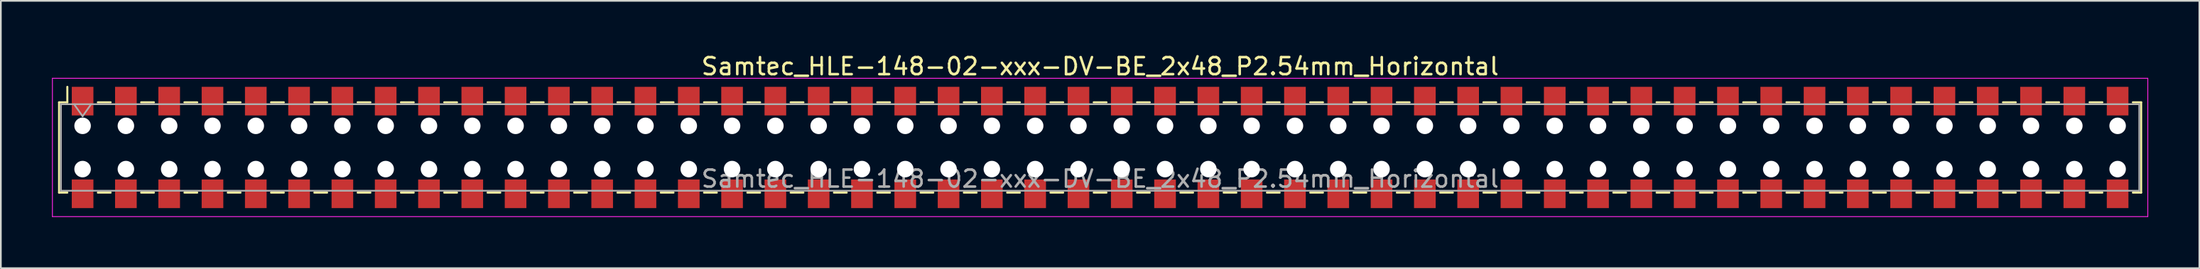
<source format=kicad_pcb>
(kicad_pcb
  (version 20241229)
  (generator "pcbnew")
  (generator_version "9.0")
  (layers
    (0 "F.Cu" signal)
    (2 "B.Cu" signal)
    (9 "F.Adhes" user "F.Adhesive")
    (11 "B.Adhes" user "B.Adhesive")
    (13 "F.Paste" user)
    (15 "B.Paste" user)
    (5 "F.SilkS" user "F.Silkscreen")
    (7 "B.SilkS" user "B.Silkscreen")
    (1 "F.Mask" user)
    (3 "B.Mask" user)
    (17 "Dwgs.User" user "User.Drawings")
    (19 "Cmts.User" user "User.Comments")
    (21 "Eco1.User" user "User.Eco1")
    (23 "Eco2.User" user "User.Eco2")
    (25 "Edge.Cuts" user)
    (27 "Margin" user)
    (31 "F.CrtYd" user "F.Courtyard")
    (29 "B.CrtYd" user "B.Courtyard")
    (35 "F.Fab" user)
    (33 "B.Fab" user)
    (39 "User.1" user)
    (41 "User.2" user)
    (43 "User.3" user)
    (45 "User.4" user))
  (footprint "Samtec_HLE-148-02-xxx-DV-BE_2x48_P2.54mm_Horizontal"
    (layer "F.Cu")
    (at 61.485 5.608)
    (property "Reference" "Samtec_HLE-148-02-xxx-DV-BE_2x48_P2.54mm_Horizontal" (at 0 -4.76 0) (layer "F.SilkS") (effects (font (size 1 1) (thickness 0.15))))
    (attr smd)
    (fp_line (start -61.07 -2.65) (end -61.07 2.65) (stroke (width 0.12) (type solid)) (layer "F.SilkS"))
    (fp_line (start -61.07 2.65) (end -60.585 2.65) (stroke (width 0.12) (type solid)) (layer "F.SilkS"))
    (fp_line (start -60.585 -3.56) (end -60.585 -2.65) (stroke (width 0.12) (type solid)) (layer "F.SilkS"))
    (fp_line (start -60.585 -2.65) (end -61.07 -2.65) (stroke (width 0.12) (type solid)) (layer "F.SilkS"))
    (fp_line (start -58.795 -2.65) (end -58.045 -2.65) (stroke (width 0.12) (type solid)) (layer "F.SilkS"))
    (fp_line (start -58.795 2.65) (end -58.045 2.65) (stroke (width 0.12) (type solid)) (layer "F.SilkS"))
    (fp_line (start -56.255 -2.65) (end -55.505 -2.65) (stroke (width 0.12) (type solid)) (layer "F.SilkS"))
    (fp_line (start -56.255 2.65) (end -55.505 2.65) (stroke (width 0.12) (type solid)) (layer "F.SilkS"))
    (fp_line (start -53.715 -2.65) (end -52.965 -2.65) (stroke (width 0.12) (type solid)) (layer "F.SilkS"))
    (fp_line (start -53.715 2.65) (end -52.965 2.65) (stroke (width 0.12) (type solid)) (layer "F.SilkS"))
    (fp_line (start -51.175 -2.65) (end -50.425 -2.65) (stroke (width 0.12) (type solid)) (layer "F.SilkS"))
    (fp_line (start -51.175 2.65) (end -50.425 2.65) (stroke (width 0.12) (type solid)) (layer "F.SilkS"))
    (fp_line (start -48.635 -2.65) (end -47.885 -2.65) (stroke (width 0.12) (type solid)) (layer "F.SilkS"))
    (fp_line (start -48.635 2.65) (end -47.885 2.65) (stroke (width 0.12) (type solid)) (layer "F.SilkS"))
    (fp_line (start -46.095 -2.65) (end -45.345 -2.65) (stroke (width 0.12) (type solid)) (layer "F.SilkS"))
    (fp_line (start -46.095 2.65) (end -45.345 2.65) (stroke (width 0.12) (type solid)) (layer "F.SilkS"))
    (fp_line (start -43.555 -2.65) (end -42.805 -2.65) (stroke (width 0.12) (type solid)) (layer "F.SilkS"))
    (fp_line (start -43.555 2.65) (end -42.805 2.65) (stroke (width 0.12) (type solid)) (layer "F.SilkS"))
    (fp_line (start -41.015 -2.65) (end -40.265 -2.65) (stroke (width 0.12) (type solid)) (layer "F.SilkS"))
    (fp_line (start -41.015 2.65) (end -40.265 2.65) (stroke (width 0.12) (type solid)) (layer "F.SilkS"))
    (fp_line (start -38.475 -2.65) (end -37.725 -2.65) (stroke (width 0.12) (type solid)) (layer "F.SilkS"))
    (fp_line (start -38.475 2.65) (end -37.725 2.65) (stroke (width 0.12) (type solid)) (layer "F.SilkS"))
    (fp_line (start -35.935 -2.65) (end -35.185 -2.65) (stroke (width 0.12) (type solid)) (layer "F.SilkS"))
    (fp_line (start -35.935 2.65) (end -35.185 2.65) (stroke (width 0.12) (type solid)) (layer "F.SilkS"))
    (fp_line (start -33.395 -2.65) (end -32.645 -2.65) (stroke (width 0.12) (type solid)) (layer "F.SilkS"))
    (fp_line (start -33.395 2.65) (end -32.645 2.65) (stroke (width 0.12) (type solid)) (layer "F.SilkS"))
    (fp_line (start -30.855 -2.65) (end -30.105 -2.65) (stroke (width 0.12) (type solid)) (layer "F.SilkS"))
    (fp_line (start -30.855 2.65) (end -30.105 2.65) (stroke (width 0.12) (type solid)) (layer "F.SilkS"))
    (fp_line (start -28.315 -2.65) (end -27.565 -2.65) (stroke (width 0.12) (type solid)) (layer "F.SilkS"))
    (fp_line (start -28.315 2.65) (end -27.565 2.65) (stroke (width 0.12) (type solid)) (layer "F.SilkS"))
    (fp_line (start -25.775 -2.65) (end -25.025 -2.65) (stroke (width 0.12) (type solid)) (layer "F.SilkS"))
    (fp_line (start -25.775 2.65) (end -25.025 2.65) (stroke (width 0.12) (type solid)) (layer "F.SilkS"))
    (fp_line (start -23.235 -2.65) (end -22.485 -2.65) (stroke (width 0.12) (type solid)) (layer "F.SilkS"))
    (fp_line (start -23.235 2.65) (end -22.485 2.65) (stroke (width 0.12) (type solid)) (layer "F.SilkS"))
    (fp_line (start -20.695 -2.65) (end -19.945 -2.65) (stroke (width 0.12) (type solid)) (layer "F.SilkS"))
    (fp_line (start -20.695 2.65) (end -19.945 2.65) (stroke (width 0.12) (type solid)) (layer "F.SilkS"))
    (fp_line (start -18.155 -2.65) (end -17.405 -2.65) (stroke (width 0.12) (type solid)) (layer "F.SilkS"))
    (fp_line (start -18.155 2.65) (end -17.405 2.65) (stroke (width 0.12) (type solid)) (layer "F.SilkS"))
    (fp_line (start -15.615 -2.65) (end -14.865 -2.65) (stroke (width 0.12) (type solid)) (layer "F.SilkS"))
    (fp_line (start -15.615 2.65) (end -14.865 2.65) (stroke (width 0.12) (type solid)) (layer "F.SilkS"))
    (fp_line (start -13.075 -2.65) (end -12.325 -2.65) (stroke (width 0.12) (type solid)) (layer "F.SilkS"))
    (fp_line (start -13.075 2.65) (end -12.325 2.65) (stroke (width 0.12) (type solid)) (layer "F.SilkS"))
    (fp_line (start -10.535 -2.65) (end -9.785 -2.65) (stroke (width 0.12) (type solid)) (layer "F.SilkS"))
    (fp_line (start -10.535 2.65) (end -9.785 2.65) (stroke (width 0.12) (type solid)) (layer "F.SilkS"))
    (fp_line (start -7.995 -2.65) (end -7.245 -2.65) (stroke (width 0.12) (type solid)) (layer "F.SilkS"))
    (fp_line (start -7.995 2.65) (end -7.245 2.65) (stroke (width 0.12) (type solid)) (layer "F.SilkS"))
    (fp_line (start -5.455 -2.65) (end -4.705 -2.65) (stroke (width 0.12) (type solid)) (layer "F.SilkS"))
    (fp_line (start -5.455 2.65) (end -4.705 2.65) (stroke (width 0.12) (type solid)) (layer "F.SilkS"))
    (fp_line (start -2.915 -2.65) (end -2.165 -2.65) (stroke (width 0.12) (type solid)) (layer "F.SilkS"))
    (fp_line (start -2.915 2.65) (end -2.165 2.65) (stroke (width 0.12) (type solid)) (layer "F.SilkS"))
    (fp_line (start -0.375 -2.65) (end 0.375 -2.65) (stroke (width 0.12) (type solid)) (layer "F.SilkS"))
    (fp_line (start -0.375 2.65) (end 0.375 2.65) (stroke (width 0.12) (type solid)) (layer "F.SilkS"))
    (fp_line (start 2.165 -2.65) (end 2.915 -2.65) (stroke (width 0.12) (type solid)) (layer "F.SilkS"))
    (fp_line (start 2.165 2.65) (end 2.915 2.65) (stroke (width 0.12) (type solid)) (layer "F.SilkS"))
    (fp_line (start 4.705 -2.65) (end 5.455 -2.65) (stroke (width 0.12) (type solid)) (layer "F.SilkS"))
    (fp_line (start 4.705 2.65) (end 5.455 2.65) (stroke (width 0.12) (type solid)) (layer "F.SilkS"))
    (fp_line (start 7.245 -2.65) (end 7.995 -2.65) (stroke (width 0.12) (type solid)) (layer "F.SilkS"))
    (fp_line (start 7.245 2.65) (end 7.995 2.65) (stroke (width 0.12) (type solid)) (layer "F.SilkS"))
    (fp_line (start 9.785 -2.65) (end 10.535 -2.65) (stroke (width 0.12) (type solid)) (layer "F.SilkS"))
    (fp_line (start 9.785 2.65) (end 10.535 2.65) (stroke (width 0.12) (type solid)) (layer "F.SilkS"))
    (fp_line (start 12.325 -2.65) (end 13.075 -2.65) (stroke (width 0.12) (type solid)) (layer "F.SilkS"))
    (fp_line (start 12.325 2.65) (end 13.075 2.65) (stroke (width 0.12) (type solid)) (layer "F.SilkS"))
    (fp_line (start 14.865 -2.65) (end 15.615 -2.65) (stroke (width 0.12) (type solid)) (layer "F.SilkS"))
    (fp_line (start 14.865 2.65) (end 15.615 2.65) (stroke (width 0.12) (type solid)) (layer "F.SilkS"))
    (fp_line (start 17.405 -2.65) (end 18.155 -2.65) (stroke (width 0.12) (type solid)) (layer "F.SilkS"))
    (fp_line (start 17.405 2.65) (end 18.155 2.65) (stroke (width 0.12) (type solid)) (layer "F.SilkS"))
    (fp_line (start 19.945 -2.65) (end 20.695 -2.65) (stroke (width 0.12) (type solid)) (layer "F.SilkS"))
    (fp_line (start 19.945 2.65) (end 20.695 2.65) (stroke (width 0.12) (type solid)) (layer "F.SilkS"))
    (fp_line (start 22.485 -2.65) (end 23.235 -2.65) (stroke (width 0.12) (type solid)) (layer "F.SilkS"))
    (fp_line (start 22.485 2.65) (end 23.235 2.65) (stroke (width 0.12) (type solid)) (layer "F.SilkS"))
    (fp_line (start 25.025 -2.65) (end 25.775 -2.65) (stroke (width 0.12) (type solid)) (layer "F.SilkS"))
    (fp_line (start 25.025 2.65) (end 25.775 2.65) (stroke (width 0.12) (type solid)) (layer "F.SilkS"))
    (fp_line (start 27.565 -2.65) (end 28.315 -2.65) (stroke (width 0.12) (type solid)) (layer "F.SilkS"))
    (fp_line (start 27.565 2.65) (end 28.315 2.65) (stroke (width 0.12) (type solid)) (layer "F.SilkS"))
    (fp_line (start 30.105 -2.65) (end 30.855 -2.65) (stroke (width 0.12) (type solid)) (layer "F.SilkS"))
    (fp_line (start 30.105 2.65) (end 30.855 2.65) (stroke (width 0.12) (type solid)) (layer "F.SilkS"))
    (fp_line (start 32.645 -2.65) (end 33.395 -2.65) (stroke (width 0.12) (type solid)) (layer "F.SilkS"))
    (fp_line (start 32.645 2.65) (end 33.395 2.65) (stroke (width 0.12) (type solid)) (layer "F.SilkS"))
    (fp_line (start 35.185 -2.65) (end 35.935 -2.65) (stroke (width 0.12) (type solid)) (layer "F.SilkS"))
    (fp_line (start 35.185 2.65) (end 35.935 2.65) (stroke (width 0.12) (type solid)) (layer "F.SilkS"))
    (fp_line (start 37.725 -2.65) (end 38.475 -2.65) (stroke (width 0.12) (type solid)) (layer "F.SilkS"))
    (fp_line (start 37.725 2.65) (end 38.475 2.65) (stroke (width 0.12) (type solid)) (layer "F.SilkS"))
    (fp_line (start 40.265 -2.65) (end 41.015 -2.65) (stroke (width 0.12) (type solid)) (layer "F.SilkS"))
    (fp_line (start 40.265 2.65) (end 41.015 2.65) (stroke (width 0.12) (type solid)) (layer "F.SilkS"))
    (fp_line (start 42.805 -2.65) (end 43.555 -2.65) (stroke (width 0.12) (type solid)) (layer "F.SilkS"))
    (fp_line (start 42.805 2.65) (end 43.555 2.65) (stroke (width 0.12) (type solid)) (layer "F.SilkS"))
    (fp_line (start 45.345 -2.65) (end 46.095 -2.65) (stroke (width 0.12) (type solid)) (layer "F.SilkS"))
    (fp_line (start 45.345 2.65) (end 46.095 2.65) (stroke (width 0.12) (type solid)) (layer "F.SilkS"))
    (fp_line (start 47.885 -2.65) (end 48.635 -2.65) (stroke (width 0.12) (type solid)) (layer "F.SilkS"))
    (fp_line (start 47.885 2.65) (end 48.635 2.65) (stroke (width 0.12) (type solid)) (layer "F.SilkS"))
    (fp_line (start 50.425 -2.65) (end 51.175 -2.65) (stroke (width 0.12) (type solid)) (layer "F.SilkS"))
    (fp_line (start 50.425 2.65) (end 51.175 2.65) (stroke (width 0.12) (type solid)) (layer "F.SilkS"))
    (fp_line (start 52.965 -2.65) (end 53.715 -2.65) (stroke (width 0.12) (type solid)) (layer "F.SilkS"))
    (fp_line (start 52.965 2.65) (end 53.715 2.65) (stroke (width 0.12) (type solid)) (layer "F.SilkS"))
    (fp_line (start 55.505 -2.65) (end 56.255 -2.65) (stroke (width 0.12) (type solid)) (layer "F.SilkS"))
    (fp_line (start 55.505 2.65) (end 56.255 2.65) (stroke (width 0.12) (type solid)) (layer "F.SilkS"))
    (fp_line (start 58.045 -2.65) (end 58.795 -2.65) (stroke (width 0.12) (type solid)) (layer "F.SilkS"))
    (fp_line (start 58.045 2.65) (end 58.795 2.65) (stroke (width 0.12) (type solid)) (layer "F.SilkS"))
    (fp_line (start 60.585 -2.65) (end 61.07 -2.65) (stroke (width 0.12) (type solid)) (layer "F.SilkS"))
    (fp_line (start 61.07 -2.65) (end 61.07 2.65) (stroke (width 0.12) (type solid)) (layer "F.SilkS"))
    (fp_line (start 61.07 2.65) (end 60.585 2.65) (stroke (width 0.12) (type solid)) (layer "F.SilkS"))
    (fp_line (start -61.46 -4.06) (end 61.46 -4.06) (stroke (width 0.05) (type solid)) (layer "F.CrtYd"))
    (fp_line (start -61.46 4.06) (end -61.46 -4.06) (stroke (width 0.05) (type solid)) (layer "F.CrtYd"))
    (fp_line (start 61.46 -4.06) (end 61.46 4.06) (stroke (width 0.05) (type solid)) (layer "F.CrtYd"))
    (fp_line (start 61.46 4.06) (end -61.46 4.06) (stroke (width 0.05) (type solid)) (layer "F.CrtYd"))
    (fp_line (start -60.96 -2.54) (end 60.96 -2.54) (stroke (width 0.1) (type solid)) (layer "F.Fab"))
    (fp_line (start -60.96 2.54) (end -60.96 -2.54) (stroke (width 0.1) (type solid)) (layer "F.Fab"))
    (fp_line (start -60.19 -2.54) (end -59.69 -1.833) (stroke (width 0.1) (type solid)) (layer "F.Fab"))
    (fp_line (start -59.69 -1.833) (end -59.19 -2.54) (stroke (width 0.1) (type solid)) (layer "F.Fab"))
    (fp_line (start 60.96 -2.54) (end 60.96 2.54) (stroke (width 0.1) (type solid)) (layer "F.Fab"))
    (fp_line (start 60.96 2.54) (end -60.96 2.54) (stroke (width 0.1) (type solid)) (layer "F.Fab"))
    (fp_text user "${REFERENCE}" (at 0 1.84 0) (layer "F.Fab") (effects (font (size 1 1) (thickness 0.15))))
    (pad "" np_thru_hole circle (at -59.69 -1.27) (size 0.97 0.97) (drill 0.97) (layers "*.Cu" "*.Mask"))
    (pad "" np_thru_hole circle (at -59.69 1.27) (size 0.97 0.97) (drill 0.97) (layers "*.Cu" "*.Mask"))
    (pad "" np_thru_hole circle (at -57.15 -1.27) (size 0.97 0.97) (drill 0.97) (layers "*.Cu" "*.Mask"))
    (pad "" np_thru_hole circle (at -57.15 1.27) (size 0.97 0.97) (drill 0.97) (layers "*.Cu" "*.Mask"))
    (pad "" np_thru_hole circle (at -54.61 -1.27) (size 0.97 0.97) (drill 0.97) (layers "*.Cu" "*.Mask"))
    (pad "" np_thru_hole circle (at -54.61 1.27) (size 0.97 0.97) (drill 0.97) (layers "*.Cu" "*.Mask"))
    (pad "" np_thru_hole circle (at -52.07 -1.27) (size 0.97 0.97) (drill 0.97) (layers "*.Cu" "*.Mask"))
    (pad "" np_thru_hole circle (at -52.07 1.27) (size 0.97 0.97) (drill 0.97) (layers "*.Cu" "*.Mask"))
    (pad "" np_thru_hole circle (at -49.53 -1.27) (size 0.97 0.97) (drill 0.97) (layers "*.Cu" "*.Mask"))
    (pad "" np_thru_hole circle (at -49.53 1.27) (size 0.97 0.97) (drill 0.97) (layers "*.Cu" "*.Mask"))
    (pad "" np_thru_hole circle (at -46.99 -1.27) (size 0.97 0.97) (drill 0.97) (layers "*.Cu" "*.Mask"))
    (pad "" np_thru_hole circle (at -46.99 1.27) (size 0.97 0.97) (drill 0.97) (layers "*.Cu" "*.Mask"))
    (pad "" np_thru_hole circle (at -44.45 -1.27) (size 0.97 0.97) (drill 0.97) (layers "*.Cu" "*.Mask"))
    (pad "" np_thru_hole circle (at -44.45 1.27) (size 0.97 0.97) (drill 0.97) (layers "*.Cu" "*.Mask"))
    (pad "" np_thru_hole circle (at -41.91 -1.27) (size 0.97 0.97) (drill 0.97) (layers "*.Cu" "*.Mask"))
    (pad "" np_thru_hole circle (at -41.91 1.27) (size 0.97 0.97) (drill 0.97) (layers "*.Cu" "*.Mask"))
    (pad "" np_thru_hole circle (at -39.37 -1.27) (size 0.97 0.97) (drill 0.97) (layers "*.Cu" "*.Mask"))
    (pad "" np_thru_hole circle (at -39.37 1.27) (size 0.97 0.97) (drill 0.97) (layers "*.Cu" "*.Mask"))
    (pad "" np_thru_hole circle (at -36.83 -1.27) (size 0.97 0.97) (drill 0.97) (layers "*.Cu" "*.Mask"))
    (pad "" np_thru_hole circle (at -36.83 1.27) (size 0.97 0.97) (drill 0.97) (layers "*.Cu" "*.Mask"))
    (pad "" np_thru_hole circle (at -34.29 -1.27) (size 0.97 0.97) (drill 0.97) (layers "*.Cu" "*.Mask"))
    (pad "" np_thru_hole circle (at -34.29 1.27) (size 0.97 0.97) (drill 0.97) (layers "*.Cu" "*.Mask"))
    (pad "" np_thru_hole circle (at -31.75 -1.27) (size 0.97 0.97) (drill 0.97) (layers "*.Cu" "*.Mask"))
    (pad "" np_thru_hole circle (at -31.75 1.27) (size 0.97 0.97) (drill 0.97) (layers "*.Cu" "*.Mask"))
    (pad "" np_thru_hole circle (at -29.21 -1.27) (size 0.97 0.97) (drill 0.97) (layers "*.Cu" "*.Mask"))
    (pad "" np_thru_hole circle (at -29.21 1.27) (size 0.97 0.97) (drill 0.97) (layers "*.Cu" "*.Mask"))
    (pad "" np_thru_hole circle (at -26.67 -1.27) (size 0.97 0.97) (drill 0.97) (layers "*.Cu" "*.Mask"))
    (pad "" np_thru_hole circle (at -26.67 1.27) (size 0.97 0.97) (drill 0.97) (layers "*.Cu" "*.Mask"))
    (pad "" np_thru_hole circle (at -24.13 -1.27) (size 0.97 0.97) (drill 0.97) (layers "*.Cu" "*.Mask"))
    (pad "" np_thru_hole circle (at -24.13 1.27) (size 0.97 0.97) (drill 0.97) (layers "*.Cu" "*.Mask"))
    (pad "" np_thru_hole circle (at -21.59 -1.27) (size 0.97 0.97) (drill 0.97) (layers "*.Cu" "*.Mask"))
    (pad "" np_thru_hole circle (at -21.59 1.27) (size 0.97 0.97) (drill 0.97) (layers "*.Cu" "*.Mask"))
    (pad "" np_thru_hole circle (at -19.05 -1.27) (size 0.97 0.97) (drill 0.97) (layers "*.Cu" "*.Mask"))
    (pad "" np_thru_hole circle (at -19.05 1.27) (size 0.97 0.97) (drill 0.97) (layers "*.Cu" "*.Mask"))
    (pad "" np_thru_hole circle (at -16.51 -1.27) (size 0.97 0.97) (drill 0.97) (layers "*.Cu" "*.Mask"))
    (pad "" np_thru_hole circle (at -16.51 1.27) (size 0.97 0.97) (drill 0.97) (layers "*.Cu" "*.Mask"))
    (pad "" np_thru_hole circle (at -13.97 -1.27) (size 0.97 0.97) (drill 0.97) (layers "*.Cu" "*.Mask"))
    (pad "" np_thru_hole circle (at -13.97 1.27) (size 0.97 0.97) (drill 0.97) (layers "*.Cu" "*.Mask"))
    (pad "" np_thru_hole circle (at -11.43 -1.27) (size 0.97 0.97) (drill 0.97) (layers "*.Cu" "*.Mask"))
    (pad "" np_thru_hole circle (at -11.43 1.27) (size 0.97 0.97) (drill 0.97) (layers "*.Cu" "*.Mask"))
    (pad "" np_thru_hole circle (at -8.89 -1.27) (size 0.97 0.97) (drill 0.97) (layers "*.Cu" "*.Mask"))
    (pad "" np_thru_hole circle (at -8.89 1.27) (size 0.97 0.97) (drill 0.97) (layers "*.Cu" "*.Mask"))
    (pad "" np_thru_hole circle (at -6.35 -1.27) (size 0.97 0.97) (drill 0.97) (layers "*.Cu" "*.Mask"))
    (pad "" np_thru_hole circle (at -6.35 1.27) (size 0.97 0.97) (drill 0.97) (layers "*.Cu" "*.Mask"))
    (pad "" np_thru_hole circle (at -3.81 -1.27) (size 0.97 0.97) (drill 0.97) (layers "*.Cu" "*.Mask"))
    (pad "" np_thru_hole circle (at -3.81 1.27) (size 0.97 0.97) (drill 0.97) (layers "*.Cu" "*.Mask"))
    (pad "" np_thru_hole circle (at -1.27 -1.27) (size 0.97 0.97) (drill 0.97) (layers "*.Cu" "*.Mask"))
    (pad "" np_thru_hole circle (at -1.27 1.27) (size 0.97 0.97) (drill 0.97) (layers "*.Cu" "*.Mask"))
    (pad "" np_thru_hole circle (at 1.27 -1.27) (size 0.97 0.97) (drill 0.97) (layers "*.Cu" "*.Mask"))
    (pad "" np_thru_hole circle (at 1.27 1.27) (size 0.97 0.97) (drill 0.97) (layers "*.Cu" "*.Mask"))
    (pad "" np_thru_hole circle (at 3.81 -1.27) (size 0.97 0.97) (drill 0.97) (layers "*.Cu" "*.Mask"))
    (pad "" np_thru_hole circle (at 3.81 1.27) (size 0.97 0.97) (drill 0.97) (layers "*.Cu" "*.Mask"))
    (pad "" np_thru_hole circle (at 6.35 -1.27) (size 0.97 0.97) (drill 0.97) (layers "*.Cu" "*.Mask"))
    (pad "" np_thru_hole circle (at 6.35 1.27) (size 0.97 0.97) (drill 0.97) (layers "*.Cu" "*.Mask"))
    (pad "" np_thru_hole circle (at 8.89 -1.27) (size 0.97 0.97) (drill 0.97) (layers "*.Cu" "*.Mask"))
    (pad "" np_thru_hole circle (at 8.89 1.27) (size 0.97 0.97) (drill 0.97) (layers "*.Cu" "*.Mask"))
    (pad "" np_thru_hole circle (at 11.43 -1.27) (size 0.97 0.97) (drill 0.97) (layers "*.Cu" "*.Mask"))
    (pad "" np_thru_hole circle (at 11.43 1.27) (size 0.97 0.97) (drill 0.97) (layers "*.Cu" "*.Mask"))
    (pad "" np_thru_hole circle (at 13.97 -1.27) (size 0.97 0.97) (drill 0.97) (layers "*.Cu" "*.Mask"))
    (pad "" np_thru_hole circle (at 13.97 1.27) (size 0.97 0.97) (drill 0.97) (layers "*.Cu" "*.Mask"))
    (pad "" np_thru_hole circle (at 16.51 -1.27) (size 0.97 0.97) (drill 0.97) (layers "*.Cu" "*.Mask"))
    (pad "" np_thru_hole circle (at 16.51 1.27) (size 0.97 0.97) (drill 0.97) (layers "*.Cu" "*.Mask"))
    (pad "" np_thru_hole circle (at 19.05 -1.27) (size 0.97 0.97) (drill 0.97) (layers "*.Cu" "*.Mask"))
    (pad "" np_thru_hole circle (at 19.05 1.27) (size 0.97 0.97) (drill 0.97) (layers "*.Cu" "*.Mask"))
    (pad "" np_thru_hole circle (at 21.59 -1.27) (size 0.97 0.97) (drill 0.97) (layers "*.Cu" "*.Mask"))
    (pad "" np_thru_hole circle (at 21.59 1.27) (size 0.97 0.97) (drill 0.97) (layers "*.Cu" "*.Mask"))
    (pad "" np_thru_hole circle (at 24.13 -1.27) (size 0.97 0.97) (drill 0.97) (layers "*.Cu" "*.Mask"))
    (pad "" np_thru_hole circle (at 24.13 1.27) (size 0.97 0.97) (drill 0.97) (layers "*.Cu" "*.Mask"))
    (pad "" np_thru_hole circle (at 26.67 -1.27) (size 0.97 0.97) (drill 0.97) (layers "*.Cu" "*.Mask"))
    (pad "" np_thru_hole circle (at 26.67 1.27) (size 0.97 0.97) (drill 0.97) (layers "*.Cu" "*.Mask"))
    (pad "" np_thru_hole circle (at 29.21 -1.27) (size 0.97 0.97) (drill 0.97) (layers "*.Cu" "*.Mask"))
    (pad "" np_thru_hole circle (at 29.21 1.27) (size 0.97 0.97) (drill 0.97) (layers "*.Cu" "*.Mask"))
    (pad "" np_thru_hole circle (at 31.75 -1.27) (size 0.97 0.97) (drill 0.97) (layers "*.Cu" "*.Mask"))
    (pad "" np_thru_hole circle (at 31.75 1.27) (size 0.97 0.97) (drill 0.97) (layers "*.Cu" "*.Mask"))
    (pad "" np_thru_hole circle (at 34.29 -1.27) (size 0.97 0.97) (drill 0.97) (layers "*.Cu" "*.Mask"))
    (pad "" np_thru_hole circle (at 34.29 1.27) (size 0.97 0.97) (drill 0.97) (layers "*.Cu" "*.Mask"))
    (pad "" np_thru_hole circle (at 36.83 -1.27) (size 0.97 0.97) (drill 0.97) (layers "*.Cu" "*.Mask"))
    (pad "" np_thru_hole circle (at 36.83 1.27) (size 0.97 0.97) (drill 0.97) (layers "*.Cu" "*.Mask"))
    (pad "" np_thru_hole circle (at 39.37 -1.27) (size 0.97 0.97) (drill 0.97) (layers "*.Cu" "*.Mask"))
    (pad "" np_thru_hole circle (at 39.37 1.27) (size 0.97 0.97) (drill 0.97) (layers "*.Cu" "*.Mask"))
    (pad "" np_thru_hole circle (at 41.91 -1.27) (size 0.97 0.97) (drill 0.97) (layers "*.Cu" "*.Mask"))
    (pad "" np_thru_hole circle (at 41.91 1.27) (size 0.97 0.97) (drill 0.97) (layers "*.Cu" "*.Mask"))
    (pad "" np_thru_hole circle (at 44.45 -1.27) (size 0.97 0.97) (drill 0.97) (layers "*.Cu" "*.Mask"))
    (pad "" np_thru_hole circle (at 44.45 1.27) (size 0.97 0.97) (drill 0.97) (layers "*.Cu" "*.Mask"))
    (pad "" np_thru_hole circle (at 46.99 -1.27) (size 0.97 0.97) (drill 0.97) (layers "*.Cu" "*.Mask"))
    (pad "" np_thru_hole circle (at 46.99 1.27) (size 0.97 0.97) (drill 0.97) (layers "*.Cu" "*.Mask"))
    (pad "" np_thru_hole circle (at 49.53 -1.27) (size 0.97 0.97) (drill 0.97) (layers "*.Cu" "*.Mask"))
    (pad "" np_thru_hole circle (at 49.53 1.27) (size 0.97 0.97) (drill 0.97) (layers "*.Cu" "*.Mask"))
    (pad "" np_thru_hole circle (at 52.07 -1.27) (size 0.97 0.97) (drill 0.97) (layers "*.Cu" "*.Mask"))
    (pad "" np_thru_hole circle (at 52.07 1.27) (size 0.97 0.97) (drill 0.97) (layers "*.Cu" "*.Mask"))
    (pad "" np_thru_hole circle (at 54.61 -1.27) (size 0.97 0.97) (drill 0.97) (layers "*.Cu" "*.Mask"))
    (pad "" np_thru_hole circle (at 54.61 1.27) (size 0.97 0.97) (drill 0.97) (layers "*.Cu" "*.Mask"))
    (pad "" np_thru_hole circle (at 57.15 -1.27) (size 0.97 0.97) (drill 0.97) (layers "*.Cu" "*.Mask"))
    (pad "" np_thru_hole circle (at 57.15 1.27) (size 0.97 0.97) (drill 0.97) (layers "*.Cu" "*.Mask"))
    (pad "" np_thru_hole circle (at 59.69 -1.27) (size 0.97 0.97) (drill 0.97) (layers "*.Cu" "*.Mask"))
    (pad "" np_thru_hole circle (at 59.69 1.27) (size 0.97 0.97) (drill 0.97) (layers "*.Cu" "*.Mask"))
    (pad "1" smd rect (at -59.69 -2.72) (size 1.27 1.68) (layers "F.Cu" "F.Mask" "F.Paste"))
    (pad "2" smd rect (at -59.69 2.72) (size 1.27 1.68) (layers "F.Cu" "F.Mask" "F.Paste"))
    (pad "3" smd rect (at -57.15 -2.72) (size 1.27 1.68) (layers "F.Cu" "F.Mask" "F.Paste"))
    (pad "4" smd rect (at -57.15 2.72) (size 1.27 1.68) (layers "F.Cu" "F.Mask" "F.Paste"))
    (pad "5" smd rect (at -54.61 -2.72) (size 1.27 1.68) (layers "F.Cu" "F.Mask" "F.Paste"))
    (pad "6" smd rect (at -54.61 2.72) (size 1.27 1.68) (layers "F.Cu" "F.Mask" "F.Paste"))
    (pad "7" smd rect (at -52.07 -2.72) (size 1.27 1.68) (layers "F.Cu" "F.Mask" "F.Paste"))
    (pad "8" smd rect (at -52.07 2.72) (size 1.27 1.68) (layers "F.Cu" "F.Mask" "F.Paste"))
    (pad "9" smd rect (at -49.53 -2.72) (size 1.27 1.68) (layers "F.Cu" "F.Mask" "F.Paste"))
    (pad "10" smd rect (at -49.53 2.72) (size 1.27 1.68) (layers "F.Cu" "F.Mask" "F.Paste"))
    (pad "11" smd rect (at -46.99 -2.72) (size 1.27 1.68) (layers "F.Cu" "F.Mask" "F.Paste"))
    (pad "12" smd rect (at -46.99 2.72) (size 1.27 1.68) (layers "F.Cu" "F.Mask" "F.Paste"))
    (pad "13" smd rect (at -44.45 -2.72) (size 1.27 1.68) (layers "F.Cu" "F.Mask" "F.Paste"))
    (pad "14" smd rect (at -44.45 2.72) (size 1.27 1.68) (layers "F.Cu" "F.Mask" "F.Paste"))
    (pad "15" smd rect (at -41.91 -2.72) (size 1.27 1.68) (layers "F.Cu" "F.Mask" "F.Paste"))
    (pad "16" smd rect (at -41.91 2.72) (size 1.27 1.68) (layers "F.Cu" "F.Mask" "F.Paste"))
    (pad "17" smd rect (at -39.37 -2.72) (size 1.27 1.68) (layers "F.Cu" "F.Mask" "F.Paste"))
    (pad "18" smd rect (at -39.37 2.72) (size 1.27 1.68) (layers "F.Cu" "F.Mask" "F.Paste"))
    (pad "19" smd rect (at -36.83 -2.72) (size 1.27 1.68) (layers "F.Cu" "F.Mask" "F.Paste"))
    (pad "20" smd rect (at -36.83 2.72) (size 1.27 1.68) (layers "F.Cu" "F.Mask" "F.Paste"))
    (pad "21" smd rect (at -34.29 -2.72) (size 1.27 1.68) (layers "F.Cu" "F.Mask" "F.Paste"))
    (pad "22" smd rect (at -34.29 2.72) (size 1.27 1.68) (layers "F.Cu" "F.Mask" "F.Paste"))
    (pad "23" smd rect (at -31.75 -2.72) (size 1.27 1.68) (layers "F.Cu" "F.Mask" "F.Paste"))
    (pad "24" smd rect (at -31.75 2.72) (size 1.27 1.68) (layers "F.Cu" "F.Mask" "F.Paste"))
    (pad "25" smd rect (at -29.21 -2.72) (size 1.27 1.68) (layers "F.Cu" "F.Mask" "F.Paste"))
    (pad "26" smd rect (at -29.21 2.72) (size 1.27 1.68) (layers "F.Cu" "F.Mask" "F.Paste"))
    (pad "27" smd rect (at -26.67 -2.72) (size 1.27 1.68) (layers "F.Cu" "F.Mask" "F.Paste"))
    (pad "28" smd rect (at -26.67 2.72) (size 1.27 1.68) (layers "F.Cu" "F.Mask" "F.Paste"))
    (pad "29" smd rect (at -24.13 -2.72) (size 1.27 1.68) (layers "F.Cu" "F.Mask" "F.Paste"))
    (pad "30" smd rect (at -24.13 2.72) (size 1.27 1.68) (layers "F.Cu" "F.Mask" "F.Paste"))
    (pad "31" smd rect (at -21.59 -2.72) (size 1.27 1.68) (layers "F.Cu" "F.Mask" "F.Paste"))
    (pad "32" smd rect (at -21.59 2.72) (size 1.27 1.68) (layers "F.Cu" "F.Mask" "F.Paste"))
    (pad "33" smd rect (at -19.05 -2.72) (size 1.27 1.68) (layers "F.Cu" "F.Mask" "F.Paste"))
    (pad "34" smd rect (at -19.05 2.72) (size 1.27 1.68) (layers "F.Cu" "F.Mask" "F.Paste"))
    (pad "35" smd rect (at -16.51 -2.72) (size 1.27 1.68) (layers "F.Cu" "F.Mask" "F.Paste"))
    (pad "36" smd rect (at -16.51 2.72) (size 1.27 1.68) (layers "F.Cu" "F.Mask" "F.Paste"))
    (pad "37" smd rect (at -13.97 -2.72) (size 1.27 1.68) (layers "F.Cu" "F.Mask" "F.Paste"))
    (pad "38" smd rect (at -13.97 2.72) (size 1.27 1.68) (layers "F.Cu" "F.Mask" "F.Paste"))
    (pad "39" smd rect (at -11.43 -2.72) (size 1.27 1.68) (layers "F.Cu" "F.Mask" "F.Paste"))
    (pad "40" smd rect (at -11.43 2.72) (size 1.27 1.68) (layers "F.Cu" "F.Mask" "F.Paste"))
    (pad "41" smd rect (at -8.89 -2.72) (size 1.27 1.68) (layers "F.Cu" "F.Mask" "F.Paste"))
    (pad "42" smd rect (at -8.89 2.72) (size 1.27 1.68) (layers "F.Cu" "F.Mask" "F.Paste"))
    (pad "43" smd rect (at -6.35 -2.72) (size 1.27 1.68) (layers "F.Cu" "F.Mask" "F.Paste"))
    (pad "44" smd rect (at -6.35 2.72) (size 1.27 1.68) (layers "F.Cu" "F.Mask" "F.Paste"))
    (pad "45" smd rect (at -3.81 -2.72) (size 1.27 1.68) (layers "F.Cu" "F.Mask" "F.Paste"))
    (pad "46" smd rect (at -3.81 2.72) (size 1.27 1.68) (layers "F.Cu" "F.Mask" "F.Paste"))
    (pad "47" smd rect (at -1.27 -2.72) (size 1.27 1.68) (layers "F.Cu" "F.Mask" "F.Paste"))
    (pad "48" smd rect (at -1.27 2.72) (size 1.27 1.68) (layers "F.Cu" "F.Mask" "F.Paste"))
    (pad "49" smd rect (at 1.27 -2.72) (size 1.27 1.68) (layers "F.Cu" "F.Mask" "F.Paste"))
    (pad "50" smd rect (at 1.27 2.72) (size 1.27 1.68) (layers "F.Cu" "F.Mask" "F.Paste"))
    (pad "51" smd rect (at 3.81 -2.72) (size 1.27 1.68) (layers "F.Cu" "F.Mask" "F.Paste"))
    (pad "52" smd rect (at 3.81 2.72) (size 1.27 1.68) (layers "F.Cu" "F.Mask" "F.Paste"))
    (pad "53" smd rect (at 6.35 -2.72) (size 1.27 1.68) (layers "F.Cu" "F.Mask" "F.Paste"))
    (pad "54" smd rect (at 6.35 2.72) (size 1.27 1.68) (layers "F.Cu" "F.Mask" "F.Paste"))
    (pad "55" smd rect (at 8.89 -2.72) (size 1.27 1.68) (layers "F.Cu" "F.Mask" "F.Paste"))
    (pad "56" smd rect (at 8.89 2.72) (size 1.27 1.68) (layers "F.Cu" "F.Mask" "F.Paste"))
    (pad "57" smd rect (at 11.43 -2.72) (size 1.27 1.68) (layers "F.Cu" "F.Mask" "F.Paste"))
    (pad "58" smd rect (at 11.43 2.72) (size 1.27 1.68) (layers "F.Cu" "F.Mask" "F.Paste"))
    (pad "59" smd rect (at 13.97 -2.72) (size 1.27 1.68) (layers "F.Cu" "F.Mask" "F.Paste"))
    (pad "60" smd rect (at 13.97 2.72) (size 1.27 1.68) (layers "F.Cu" "F.Mask" "F.Paste"))
    (pad "61" smd rect (at 16.51 -2.72) (size 1.27 1.68) (layers "F.Cu" "F.Mask" "F.Paste"))
    (pad "62" smd rect (at 16.51 2.72) (size 1.27 1.68) (layers "F.Cu" "F.Mask" "F.Paste"))
    (pad "63" smd rect (at 19.05 -2.72) (size 1.27 1.68) (layers "F.Cu" "F.Mask" "F.Paste"))
    (pad "64" smd rect (at 19.05 2.72) (size 1.27 1.68) (layers "F.Cu" "F.Mask" "F.Paste"))
    (pad "65" smd rect (at 21.59 -2.72) (size 1.27 1.68) (layers "F.Cu" "F.Mask" "F.Paste"))
    (pad "66" smd rect (at 21.59 2.72) (size 1.27 1.68) (layers "F.Cu" "F.Mask" "F.Paste"))
    (pad "67" smd rect (at 24.13 -2.72) (size 1.27 1.68) (layers "F.Cu" "F.Mask" "F.Paste"))
    (pad "68" smd rect (at 24.13 2.72) (size 1.27 1.68) (layers "F.Cu" "F.Mask" "F.Paste"))
    (pad "69" smd rect (at 26.67 -2.72) (size 1.27 1.68) (layers "F.Cu" "F.Mask" "F.Paste"))
    (pad "70" smd rect (at 26.67 2.72) (size 1.27 1.68) (layers "F.Cu" "F.Mask" "F.Paste"))
    (pad "71" smd rect (at 29.21 -2.72) (size 1.27 1.68) (layers "F.Cu" "F.Mask" "F.Paste"))
    (pad "72" smd rect (at 29.21 2.72) (size 1.27 1.68) (layers "F.Cu" "F.Mask" "F.Paste"))
    (pad "73" smd rect (at 31.75 -2.72) (size 1.27 1.68) (layers "F.Cu" "F.Mask" "F.Paste"))
    (pad "74" smd rect (at 31.75 2.72) (size 1.27 1.68) (layers "F.Cu" "F.Mask" "F.Paste"))
    (pad "75" smd rect (at 34.29 -2.72) (size 1.27 1.68) (layers "F.Cu" "F.Mask" "F.Paste"))
    (pad "76" smd rect (at 34.29 2.72) (size 1.27 1.68) (layers "F.Cu" "F.Mask" "F.Paste"))
    (pad "77" smd rect (at 36.83 -2.72) (size 1.27 1.68) (layers "F.Cu" "F.Mask" "F.Paste"))
    (pad "78" smd rect (at 36.83 2.72) (size 1.27 1.68) (layers "F.Cu" "F.Mask" "F.Paste"))
    (pad "79" smd rect (at 39.37 -2.72) (size 1.27 1.68) (layers "F.Cu" "F.Mask" "F.Paste"))
    (pad "80" smd rect (at 39.37 2.72) (size 1.27 1.68) (layers "F.Cu" "F.Mask" "F.Paste"))
    (pad "81" smd rect (at 41.91 -2.72) (size 1.27 1.68) (layers "F.Cu" "F.Mask" "F.Paste"))
    (pad "82" smd rect (at 41.91 2.72) (size 1.27 1.68) (layers "F.Cu" "F.Mask" "F.Paste"))
    (pad "83" smd rect (at 44.45 -2.72) (size 1.27 1.68) (layers "F.Cu" "F.Mask" "F.Paste"))
    (pad "84" smd rect (at 44.45 2.72) (size 1.27 1.68) (layers "F.Cu" "F.Mask" "F.Paste"))
    (pad "85" smd rect (at 46.99 -2.72) (size 1.27 1.68) (layers "F.Cu" "F.Mask" "F.Paste"))
    (pad "86" smd rect (at 46.99 2.72) (size 1.27 1.68) (layers "F.Cu" "F.Mask" "F.Paste"))
    (pad "87" smd rect (at 49.53 -2.72) (size 1.27 1.68) (layers "F.Cu" "F.Mask" "F.Paste"))
    (pad "88" smd rect (at 49.53 2.72) (size 1.27 1.68) (layers "F.Cu" "F.Mask" "F.Paste"))
    (pad "89" smd rect (at 52.07 -2.72) (size 1.27 1.68) (layers "F.Cu" "F.Mask" "F.Paste"))
    (pad "90" smd rect (at 52.07 2.72) (size 1.27 1.68) (layers "F.Cu" "F.Mask" "F.Paste"))
    (pad "91" smd rect (at 54.61 -2.72) (size 1.27 1.68) (layers "F.Cu" "F.Mask" "F.Paste"))
    (pad "92" smd rect (at 54.61 2.72) (size 1.27 1.68) (layers "F.Cu" "F.Mask" "F.Paste"))
    (pad "93" smd rect (at 57.15 -2.72) (size 1.27 1.68) (layers "F.Cu" "F.Mask" "F.Paste"))
    (pad "94" smd rect (at 57.15 2.72) (size 1.27 1.68) (layers "F.Cu" "F.Mask" "F.Paste"))
    (pad "95" smd rect (at 59.69 -2.72) (size 1.27 1.68) (layers "F.Cu" "F.Mask" "F.Paste"))
    (pad "96" smd rect (at 59.69 2.72) (size 1.27 1.68) (layers "F.Cu" "F.Mask" "F.Paste")))
  (gr_rect
    (start -3 -3)
    (end 125.97 12.693)
    (stroke (width 0.1) (type default))
    (fill no)
    (layer "Edge.Cuts")))
</source>
